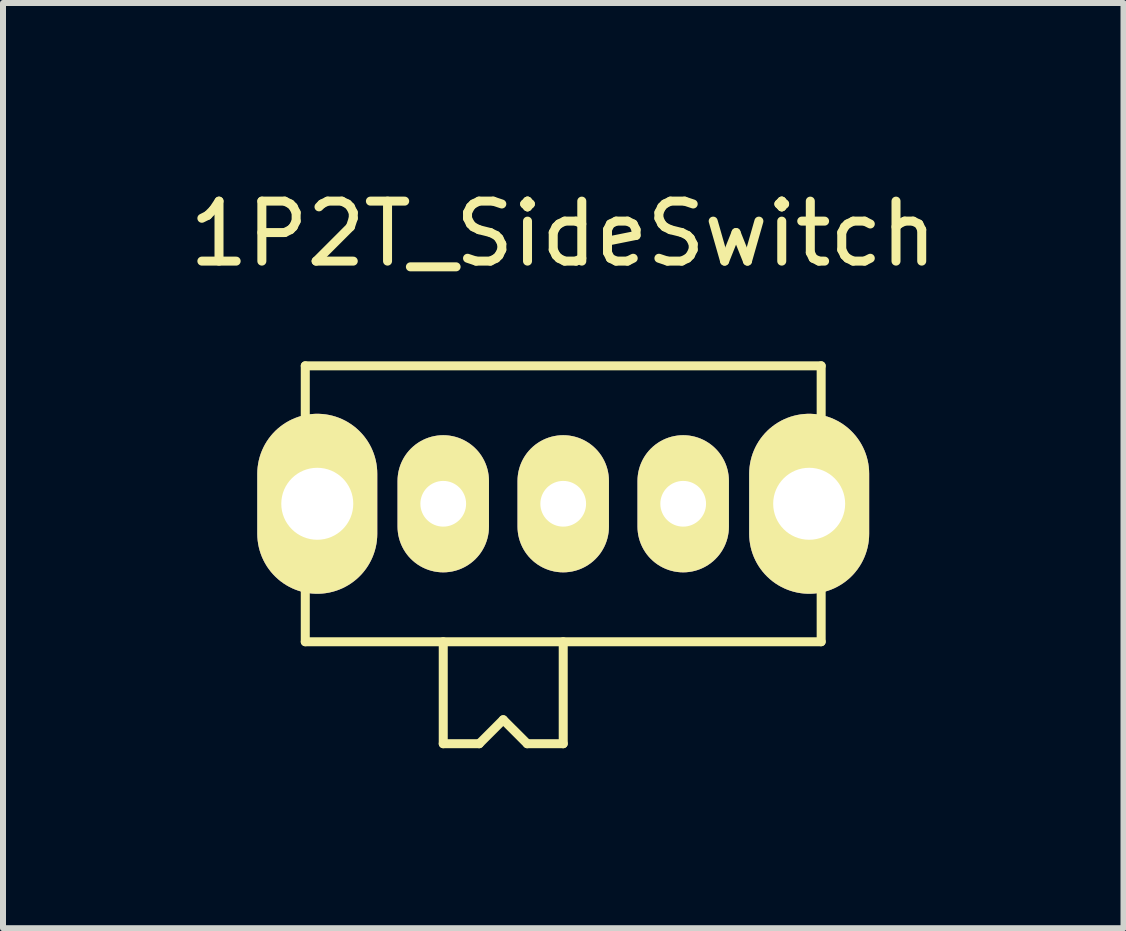
<source format=kicad_pcb>
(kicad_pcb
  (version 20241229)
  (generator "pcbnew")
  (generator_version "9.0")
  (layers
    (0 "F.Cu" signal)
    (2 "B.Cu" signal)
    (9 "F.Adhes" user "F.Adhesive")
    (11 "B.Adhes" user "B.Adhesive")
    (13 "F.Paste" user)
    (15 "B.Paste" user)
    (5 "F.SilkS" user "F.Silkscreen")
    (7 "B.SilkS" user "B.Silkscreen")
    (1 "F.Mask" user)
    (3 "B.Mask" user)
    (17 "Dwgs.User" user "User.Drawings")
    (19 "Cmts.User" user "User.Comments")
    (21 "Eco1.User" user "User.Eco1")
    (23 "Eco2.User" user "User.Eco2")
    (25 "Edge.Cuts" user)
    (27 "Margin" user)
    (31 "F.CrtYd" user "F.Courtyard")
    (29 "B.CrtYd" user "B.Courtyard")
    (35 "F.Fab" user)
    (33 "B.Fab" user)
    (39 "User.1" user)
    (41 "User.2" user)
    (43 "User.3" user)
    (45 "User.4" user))
  (footprint "1P2T_SideSwitch"
    (layer "F.Cu")
    (at 6.339 5.348)
    (property "Reference" "1P2T_SideSwitch" (at 0 -4.5 0) (layer "F.SilkS") (effects (font (size 1 1) (thickness 0.15))))
    (attr through_hole)
    (fp_line (start -4.3 -2.3) (end 4.3 -2.3) (stroke (width 0.15) (type solid)) (layer "F.SilkS"))
    (fp_line (start -4.3 2.3) (end -4.3 -2.3) (stroke (width 0.15) (type solid)) (layer "F.SilkS"))
    (fp_line (start -2 2.3) (end -2 4) (stroke (width 0.15) (type solid)) (layer "F.SilkS"))
    (fp_line (start -2 4) (end -1.4 4) (stroke (width 0.15) (type solid)) (layer "F.SilkS"))
    (fp_line (start -1.4 4) (end -1 3.6) (stroke (width 0.15) (type solid)) (layer "F.SilkS"))
    (fp_line (start -1 3.6) (end -0.6 4) (stroke (width 0.15) (type solid)) (layer "F.SilkS"))
    (fp_line (start -0.6 4) (end 0 4) (stroke (width 0.15) (type solid)) (layer "F.SilkS"))
    (fp_line (start 0 4) (end 0 2.3) (stroke (width 0.15) (type solid)) (layer "F.SilkS"))
    (fp_line (start 4.3 -2.3) (end 4.3 2.3) (stroke (width 0.15) (type solid)) (layer "F.SilkS"))
    (fp_line (start 4.3 2.3) (end -4.3 2.3) (stroke (width 0.15) (type solid)) (layer "F.SilkS"))
    (pad "" thru_hole oval (at -4.1 0) (size 2 3) (drill 1.2) (layers "*.Cu" "*.Mask" "F.SilkS"))
    (pad "" thru_hole oval (at 4.1 0) (size 2 3) (drill 1.2) (layers "*.Cu" "*.Mask" "F.SilkS"))
    (pad "1" thru_hole oval (at -2 0) (size 1.524 2.286) (drill 0.762) (layers "*.Cu" "*.Mask" "F.SilkS"))
    (pad "2" thru_hole oval (at 0 0) (size 1.524 2.286) (drill 0.762) (layers "*.Cu" "*.Mask" "F.SilkS"))
    (pad "3" thru_hole oval (at 2 0) (size 1.524 2.286) (drill 0.762) (layers "*.Cu" "*.Mask" "F.SilkS")))
  (gr_rect
    (start -3 -3)
    (end 15.679 12.423)
    (stroke (width 0.1) (type default))
    (fill no)
    (layer "Edge.Cuts")))
</source>
